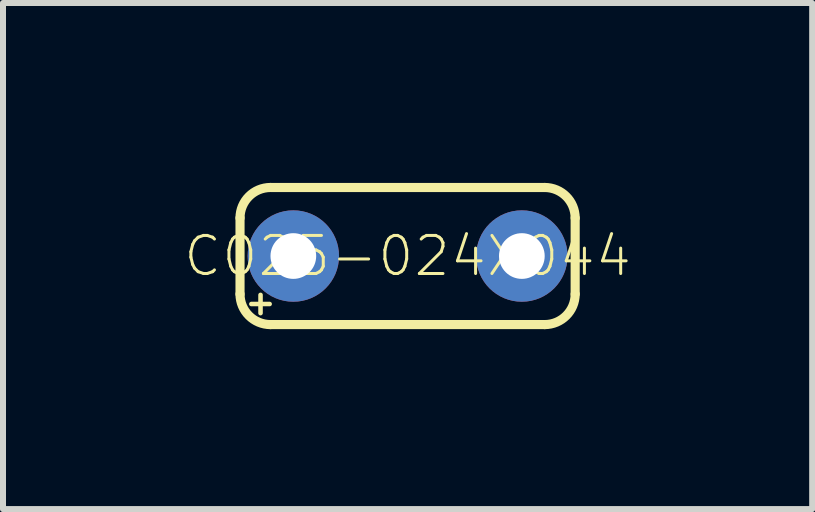
<source format=kicad_pcb>
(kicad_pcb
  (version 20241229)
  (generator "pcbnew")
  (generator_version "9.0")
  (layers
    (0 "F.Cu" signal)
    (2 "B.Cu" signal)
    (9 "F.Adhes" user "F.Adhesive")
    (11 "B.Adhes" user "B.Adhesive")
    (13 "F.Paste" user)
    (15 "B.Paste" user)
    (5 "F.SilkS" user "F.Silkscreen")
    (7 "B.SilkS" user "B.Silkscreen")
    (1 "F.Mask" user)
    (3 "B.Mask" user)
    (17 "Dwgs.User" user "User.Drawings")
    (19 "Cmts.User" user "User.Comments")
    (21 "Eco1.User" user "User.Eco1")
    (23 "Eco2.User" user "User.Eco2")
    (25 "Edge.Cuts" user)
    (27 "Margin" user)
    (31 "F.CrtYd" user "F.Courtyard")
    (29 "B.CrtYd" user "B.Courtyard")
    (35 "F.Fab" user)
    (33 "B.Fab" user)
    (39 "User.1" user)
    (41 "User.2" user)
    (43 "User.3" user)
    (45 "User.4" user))
  (footprint "C025-024X044"
    (layer "F.Cu")
    (at 3.746 1.219)
    (property "Reference" "C025-024X044" (at 0 0 0) (layer "F.SilkS") (effects (font (size 0.635 0.635) (thickness 0.05))))
    (attr exclude_from_pos_files exclude_from_bom)
    (fp_line (start -2.794 0.635) (end -2.794 -0.635) (stroke (width 0.152) (type solid)) (layer "F.SilkS"))
    (fp_line (start -2.605 0.8) (end -2.3 0.8) (stroke (width 0.076) (type solid)) (layer "F.SilkS"))
    (fp_line (start -2.452 0.648) (end -2.452 0.952) (stroke (width 0.076) (type solid)) (layer "F.SilkS"))
    (fp_line (start 2.286 -1.143) (end -2.286 -1.143) (stroke (width 0.152) (type solid)) (layer "F.SilkS"))
    (fp_line (start 2.286 1.143) (end -2.286 1.143) (stroke (width 0.152) (type solid)) (layer "F.SilkS"))
    (fp_line (start 2.794 0.635) (end 2.794 -0.635) (stroke (width 0.152) (type solid)) (layer "F.SilkS"))
    (fp_arc (start -2.794 -0.635) (mid -2.64521 -0.99421) (end -2.286 -1.143) (stroke (width 0.1524) (type solid)) (layer "F.SilkS"))
    (fp_arc (start -2.286 1.143) (mid -2.64521 0.99421) (end -2.794 0.635) (stroke (width 0.1524) (type solid)) (layer "F.SilkS"))
    (fp_arc (start 2.286 -1.143) (mid 2.64521 -0.99421) (end 2.794 -0.635) (stroke (width 0.1524) (type solid)) (layer "F.SilkS"))
    (fp_arc (start 2.794 0.635) (mid 2.64521 0.99421) (end 2.286 1.143) (stroke (width 0.1524) (type solid)) (layer "F.SilkS"))
    (pad "+" thru_hole circle (at -1.905 0) (size 1.524 1.524) (drill 0.762) (layers "*.Cu" "*.Paste" "*.Mask"))
    (pad "-" thru_hole circle (at 1.905 0) (size 1.524 1.524) (drill 0.762) (layers "*.Cu" "*.Paste" "*.Mask")))
  (gr_rect
    (start -3 -3)
    (end 10.492 5.438)
    (stroke (width 0.1) (type default))
    (fill no)
    (layer "Edge.Cuts")))
</source>
